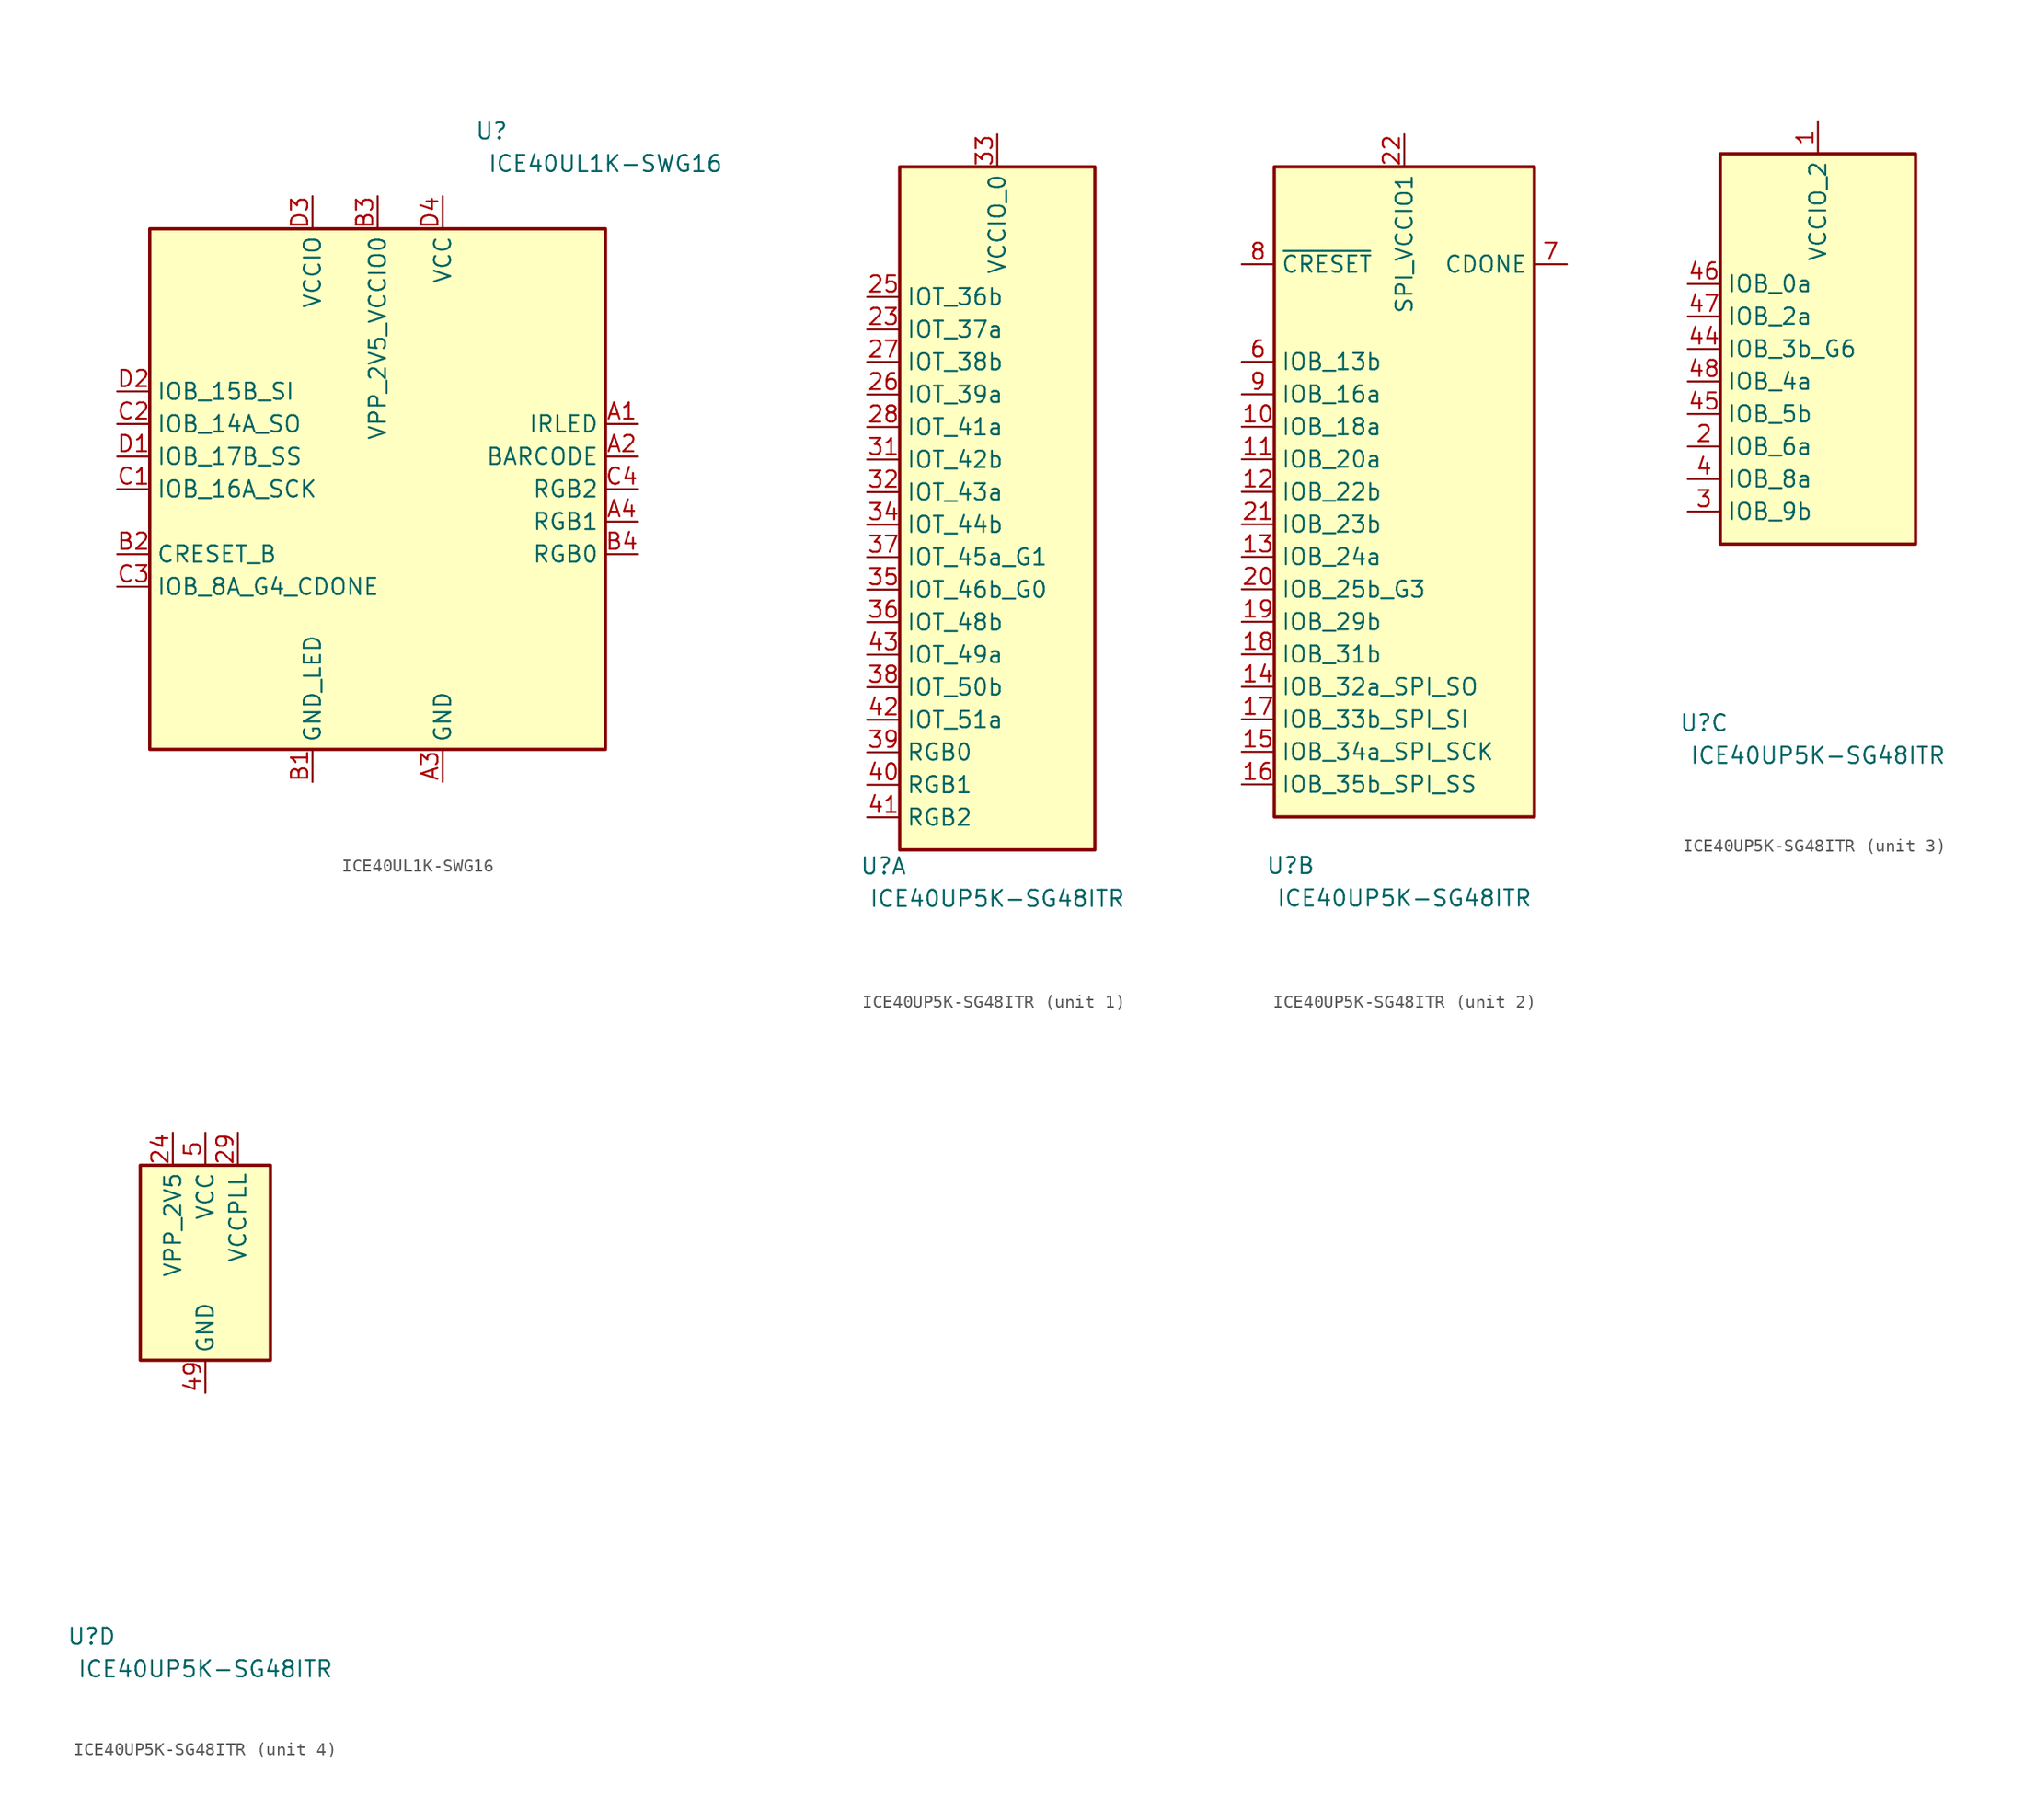
<source format=kicad_sym>
(kicad_symbol_lib
  (version 20211014)
  (generator kicad_symbol_editor)
  (symbol "ICE40UL1K-SWG16"
    (property "Reference" "U"
      (at 8.89 27.94 0)
      (effects (font (size 1.27 1.27))))
    (property "Value" "ICE40UL1K-SWG16"
      (at 17.78 25.4 0)
      (effects (font (size 1.27 1.27))))
    (symbol "ICE40UL1K-SWG16_0_1"
      (rectangle (start -17.78 20.32) (end 17.78 -20.32) (stroke (width 0.254) (type default) (color 0 0 0 0)) (fill (type background))))
    (symbol "ICE40UL1K-SWG16_1_1"
      (pin bidirectional line (at 20.32 5.08 180) (length 2.54) (name "IRLED" (effects (font (size 1.27 1.27)))) (number "A1" (effects (font (size 1.27 1.27)))))
      (pin bidirectional line (at 20.32 2.54 180) (length 2.54) (name "BARCODE" (effects (font (size 1.27 1.27)))) (number "A2" (effects (font (size 1.27 1.27)))))
      (pin power_in line (at 5.08 -22.86 90) (length 2.54) (name "GND" (effects (font (size 1.27 1.27)))) (number "A3" (effects (font (size 1.27 1.27)))))
      (pin bidirectional line (at 20.32 -2.54 180) (length 2.54) (name "RGB1" (effects (font (size 1.27 1.27)))) (number "A4" (effects (font (size 1.27 1.27)))))
      (pin power_in line (at -5.08 -22.86 90) (length 2.54) (name "GND_LED" (effects (font (size 1.27 1.27)))) (number "B1" (effects (font (size 1.27 1.27)))))
      (pin input line (at -20.32 -5.08 0) (length 2.54) (name "CRESET_B" (effects (font (size 1.27 1.27)))) (number "B2" (effects (font (size 1.27 1.27)))))
      (pin power_in line (at 0 22.86 270) (length 2.54) (name "VPP_2V5_VCCIO0" (effects (font (size 1.27 1.27)))) (number "B3" (effects (font (size 1.27 1.27)))))
      (pin bidirectional line (at 20.32 -5.08 180) (length 2.54) (name "RGB0" (effects (font (size 1.27 1.27)))) (number "B4" (effects (font (size 1.27 1.27)))))
      (pin bidirectional line (at -20.32 0 0) (length 2.54) (name "IOB_16A_SCK" (effects (font (size 1.27 1.27)))) (number "C1" (effects (font (size 1.27 1.27)))))
      (pin bidirectional line (at -20.32 5.08 0) (length 2.54) (name "IOB_14A_SO" (effects (font (size 1.27 1.27)))) (number "C2" (effects (font (size 1.27 1.27)))))
      (pin bidirectional line (at -20.32 -7.62 0) (length 2.54) (name "IOB_8A_G4_CDONE" (effects (font (size 1.27 1.27)))) (number "C3" (effects (font (size 1.27 1.27)))))
      (pin bidirectional line (at 20.32 0 180) (length 2.54) (name "RGB2" (effects (font (size 1.27 1.27)))) (number "C4" (effects (font (size 1.27 1.27)))))
      (pin bidirectional line (at -20.32 2.54 0) (length 2.54) (name "IOB_17B_SS" (effects (font (size 1.27 1.27)))) (number "D1" (effects (font (size 1.27 1.27)))))
      (pin bidirectional line (at -20.32 7.62 0) (length 2.54) (name "IOB_15B_SI" (effects (font (size 1.27 1.27)))) (number "D2" (effects (font (size 1.27 1.27)))))
      (pin power_in line (at -5.08 22.86 270) (length 2.54) (name "VCCIO" (effects (font (size 1.27 1.27)))) (number "D3" (effects (font (size 1.27 1.27)))))
      (pin power_in line (at 5.08 22.86 270) (length 2.54) (name "VCC" (effects (font (size 1.27 1.27)))) (number "D4" (effects (font (size 1.27 1.27)))))))
  (symbol "ICE40UP5K-SG48ITR"
    (property "Reference" "U"
      (at -8.89 -29.21 0)
      (effects (font (size 1.27 1.27))))
    (property "Value" "ICE40UP5K-SG48ITR"
      (at 0 -31.75 0)
      (effects (font (size 1.27 1.27))))
    (property "ki_locked" ""
      (at 0 0 0)
      (effects (font (size 1.27 1.27))))
    (symbol "ICE40UP5K-SG48ITR_1_1"
      (rectangle (start -7.62 25.4) (end 7.62 -27.94) (stroke (width 0.254) (type default) (color 0 0 0 0)) (fill (type background)))
      (pin bidirectional line (at -10.16 12.7 0) (length 2.54) (name "IOT_37a" (effects (font (size 1.27 1.27)))) (number "23" (effects (font (size 1.27 1.27)))))
      (pin bidirectional line (at -10.16 15.24 0) (length 2.54) (name "IOT_36b" (effects (font (size 1.27 1.27)))) (number "25" (effects (font (size 1.27 1.27)))))
      (pin bidirectional line (at -10.16 7.62 0) (length 2.54) (name "IOT_39a" (effects (font (size 1.27 1.27)))) (number "26" (effects (font (size 1.27 1.27)))))
      (pin bidirectional line (at -10.16 10.16 0) (length 2.54) (name "IOT_38b" (effects (font (size 1.27 1.27)))) (number "27" (effects (font (size 1.27 1.27)))))
      (pin bidirectional line (at -10.16 5.08 0) (length 2.54) (name "IOT_41a" (effects (font (size 1.27 1.27)))) (number "28" (effects (font (size 1.27 1.27)))))
      (pin bidirectional line (at -10.16 2.54 0) (length 2.54) (name "IOT_42b" (effects (font (size 1.27 1.27)))) (number "31" (effects (font (size 1.27 1.27)))))
      (pin bidirectional line (at -10.16 0 0) (length 2.54) (name "IOT_43a" (effects (font (size 1.27 1.27)))) (number "32" (effects (font (size 1.27 1.27)))))
      (pin power_in line (at 0 27.94 270) (length 2.54) (name "VCCIO_0" (effects (font (size 1.27 1.27)))) (number "33" (effects (font (size 1.27 1.27)))))
      (pin bidirectional line (at -10.16 -2.54 0) (length 2.54) (name "IOT_44b" (effects (font (size 1.27 1.27)))) (number "34" (effects (font (size 1.27 1.27)))))
      (pin bidirectional line (at -10.16 -7.62 0) (length 2.54) (name "IOT_46b_G0" (effects (font (size 1.27 1.27)))) (number "35" (effects (font (size 1.27 1.27)))))
      (pin bidirectional line (at -10.16 -10.16 0) (length 2.54) (name "IOT_48b" (effects (font (size 1.27 1.27)))) (number "36" (effects (font (size 1.27 1.27)))))
      (pin bidirectional line (at -10.16 -5.08 0) (length 2.54) (name "IOT_45a_G1" (effects (font (size 1.27 1.27)))) (number "37" (effects (font (size 1.27 1.27)))))
      (pin bidirectional line (at -10.16 -15.24 0) (length 2.54) (name "IOT_50b" (effects (font (size 1.27 1.27)))) (number "38" (effects (font (size 1.27 1.27)))))
      (pin open_collector line (at -10.16 -20.32 0) (length 2.54) (name "RGB0" (effects (font (size 1.27 1.27)))) (number "39" (effects (font (size 1.27 1.27)))))
      (pin open_collector line (at -10.16 -22.86 0) (length 2.54) (name "RGB1" (effects (font (size 1.27 1.27)))) (number "40" (effects (font (size 1.27 1.27)))))
      (pin open_collector line (at -10.16 -25.4 0) (length 2.54) (name "RGB2" (effects (font (size 1.27 1.27)))) (number "41" (effects (font (size 1.27 1.27)))))
      (pin bidirectional line (at -10.16 -17.78 0) (length 2.54) (name "IOT_51a" (effects (font (size 1.27 1.27)))) (number "42" (effects (font (size 1.27 1.27)))))
      (pin bidirectional line (at -10.16 -12.7 0) (length 2.54) (name "IOT_49a" (effects (font (size 1.27 1.27)))) (number "43" (effects (font (size 1.27 1.27))))))
    (symbol "ICE40UP5K-SG48ITR_2_1"
      (rectangle (start -10.16 25.4) (end 10.16 -25.4) (stroke (width 0.254) (type default) (color 0 0 0 0)) (fill (type background)))
      (pin bidirectional line (at -12.7 5.08 0) (length 2.54) (name "IOB_18a" (effects (font (size 1.27 1.27)))) (number "10" (effects (font (size 1.27 1.27)))))
      (pin bidirectional line (at -12.7 2.54 0) (length 2.54) (name "IOB_20a" (effects (font (size 1.27 1.27)))) (number "11" (effects (font (size 1.27 1.27)))))
      (pin bidirectional line (at -12.7 0 0) (length 2.54) (name "IOB_22b" (effects (font (size 1.27 1.27)))) (number "12" (effects (font (size 1.27 1.27)))))
      (pin bidirectional line (at -12.7 -5.08 0) (length 2.54) (name "IOB_24a" (effects (font (size 1.27 1.27)))) (number "13" (effects (font (size 1.27 1.27)))))
      (pin bidirectional line (at -12.7 -15.24 0) (length 2.54) (name "IOB_32a_SPI_SO" (effects (font (size 1.27 1.27)))) (number "14" (effects (font (size 1.27 1.27)))))
      (pin bidirectional line (at -12.7 -20.32 0) (length 2.54) (name "IOB_34a_SPI_SCK" (effects (font (size 1.27 1.27)))) (number "15" (effects (font (size 1.27 1.27)))))
      (pin bidirectional line (at -12.7 -22.86 0) (length 2.54) (name "IOB_35b_SPI_SS" (effects (font (size 1.27 1.27)))) (number "16" (effects (font (size 1.27 1.27)))))
      (pin bidirectional line (at -12.7 -17.78 0) (length 2.54) (name "IOB_33b_SPI_SI" (effects (font (size 1.27 1.27)))) (number "17" (effects (font (size 1.27 1.27)))))
      (pin bidirectional line (at -12.7 -12.7 0) (length 2.54) (name "IOB_31b" (effects (font (size 1.27 1.27)))) (number "18" (effects (font (size 1.27 1.27)))))
      (pin bidirectional line (at -12.7 -10.16 0) (length 2.54) (name "IOB_29b" (effects (font (size 1.27 1.27)))) (number "19" (effects (font (size 1.27 1.27)))))
      (pin bidirectional line (at -12.7 -7.62 0) (length 2.54) (name "IOB_25b_G3" (effects (font (size 1.27 1.27)))) (number "20" (effects (font (size 1.27 1.27)))))
      (pin bidirectional line (at -12.7 -2.54 0) (length 2.54) (name "IOB_23b" (effects (font (size 1.27 1.27)))) (number "21" (effects (font (size 1.27 1.27)))))
      (pin power_in line (at 0 27.94 270) (length 2.54) (name "SPI_VCCIO1" (effects (font (size 1.27 1.27)))) (number "22" (effects (font (size 1.27 1.27)))))
      (pin bidirectional line (at -12.7 10.16 0) (length 2.54) (name "IOB_13b" (effects (font (size 1.27 1.27)))) (number "6" (effects (font (size 1.27 1.27)))))
      (pin open_collector line (at 12.7 17.78 180) (length 2.54) (name "CDONE" (effects (font (size 1.27 1.27)))) (number "7" (effects (font (size 1.27 1.27)))))
      (pin input line (at -12.7 17.78 0) (length 2.54) (name "~{CRESET}" (effects (font (size 1.27 1.27)))) (number "8" (effects (font (size 1.27 1.27)))))
      (pin bidirectional line (at -12.7 7.62 0) (length 2.54) (name "IOB_16a" (effects (font (size 1.27 1.27)))) (number "9" (effects (font (size 1.27 1.27))))))
    (symbol "ICE40UP5K-SG48ITR_3_1"
      (rectangle (start -7.62 15.24) (end 7.62 -15.24) (stroke (width 0.254) (type default) (color 0 0 0 0)) (fill (type background)))
      (pin power_in line (at 0 17.78 270) (length 2.54) (name "VCCIO_2" (effects (font (size 1.27 1.27)))) (number "1" (effects (font (size 1.27 1.27)))))
      (pin bidirectional line (at -10.16 -7.62 0) (length 2.54) (name "IOB_6a" (effects (font (size 1.27 1.27)))) (number "2" (effects (font (size 1.27 1.27)))))
      (pin bidirectional line (at -10.16 -12.7 0) (length 2.54) (name "IOB_9b" (effects (font (size 1.27 1.27)))) (number "3" (effects (font (size 1.27 1.27)))))
      (pin bidirectional line (at -10.16 -10.16 0) (length 2.54) (name "IOB_8a" (effects (font (size 1.27 1.27)))) (number "4" (effects (font (size 1.27 1.27)))))
      (pin bidirectional line (at -10.16 0 0) (length 2.54) (name "IOB_3b_G6" (effects (font (size 1.27 1.27)))) (number "44" (effects (font (size 1.27 1.27)))))
      (pin bidirectional line (at -10.16 -5.08 0) (length 2.54) (name "IOB_5b" (effects (font (size 1.27 1.27)))) (number "45" (effects (font (size 1.27 1.27)))))
      (pin bidirectional line (at -10.16 5.08 0) (length 2.54) (name "IOB_0a" (effects (font (size 1.27 1.27)))) (number "46" (effects (font (size 1.27 1.27)))))
      (pin bidirectional line (at -10.16 2.54 0) (length 2.54) (name "IOB_2a" (effects (font (size 1.27 1.27)))) (number "47" (effects (font (size 1.27 1.27)))))
      (pin bidirectional line (at -10.16 -2.54 0) (length 2.54) (name "IOB_4a" (effects (font (size 1.27 1.27)))) (number "48" (effects (font (size 1.27 1.27))))))
    (symbol "ICE40UP5K-SG48ITR_4_1"
      (rectangle (start -5.08 7.62) (end 5.08 -7.62) (stroke (width 0.254) (type default) (color 0 0 0 0)) (fill (type background)))
      (pin power_in line (at -2.54 10.16 270) (length 2.54) (name "VPP_2V5" (effects (font (size 1.27 1.27)))) (number "24" (effects (font (size 1.27 1.27)))))
      (pin power_out line (at 2.54 10.16 270) (length 2.54) (name "VCCPLL" (effects (font (size 1.27 1.27)))) (number "29" (effects (font (size 1.27 1.27)))))
      (pin passive line (at 0 10.16 270) (length 2.54) hide (name "VCC" (effects (font (size 1.27 1.27)))) (number "30" (effects (font (size 1.27 1.27)))))
      (pin power_in line (at 0 -10.16 90) (length 2.54) (name "GND" (effects (font (size 1.27 1.27)))) (number "49" (effects (font (size 1.27 1.27)))))
      (pin power_in line (at 0 10.16 270) (length 2.54) (name "VCC" (effects (font (size 1.27 1.27)))) (number "5" (effects (font (size 1.27 1.27))))))))
</source>
